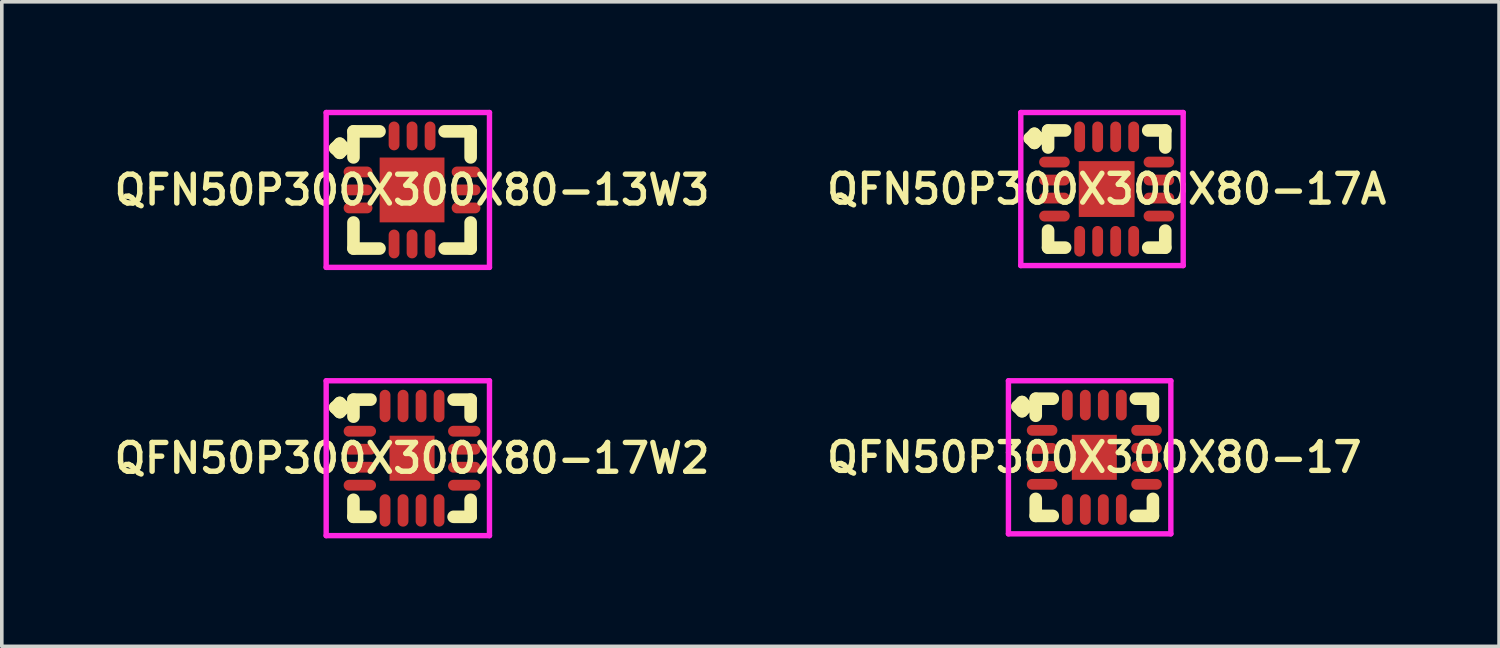
<source format=kicad_pcb>
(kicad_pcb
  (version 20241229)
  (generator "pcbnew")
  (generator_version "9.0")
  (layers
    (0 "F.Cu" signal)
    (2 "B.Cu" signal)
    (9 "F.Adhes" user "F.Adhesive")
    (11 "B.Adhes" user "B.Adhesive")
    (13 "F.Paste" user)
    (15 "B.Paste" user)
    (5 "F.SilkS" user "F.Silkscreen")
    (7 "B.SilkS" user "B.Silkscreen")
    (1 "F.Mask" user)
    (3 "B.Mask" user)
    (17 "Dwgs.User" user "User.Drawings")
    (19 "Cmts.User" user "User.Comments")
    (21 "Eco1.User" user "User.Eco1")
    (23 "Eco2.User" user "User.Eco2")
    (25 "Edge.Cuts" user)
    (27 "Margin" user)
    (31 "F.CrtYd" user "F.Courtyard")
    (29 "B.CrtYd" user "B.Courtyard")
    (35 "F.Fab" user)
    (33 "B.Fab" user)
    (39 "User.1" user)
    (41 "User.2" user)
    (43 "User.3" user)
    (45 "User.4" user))
  (footprint "QFN50P300X300X80-13W3"
    (layer "F.Cu")
    (at 8.393 2.225)
    (property "Reference" "QFN50P300X300X80-13W3" (at 0 0 0) (layer "F.SilkS") (effects (font (size 0.8 0.8) (thickness 0.15))))
    (attr smd)
    (fp_line (start -2.135 -1.158) (end -2.008 -1.285) (stroke (width 0.35) (type solid)) (layer "F.SilkS"))
    (fp_line (start -2.008 -1.285) (end -1.881 -1.158) (stroke (width 0.35) (type solid)) (layer "F.SilkS"))
    (fp_line (start -2.008 -1.031) (end -2.135 -1.158) (stroke (width 0.35) (type solid)) (layer "F.SilkS"))
    (fp_line (start -1.881 -1.158) (end -2.008 -1.031) (stroke (width 0.35) (type solid)) (layer "F.SilkS"))
    (fp_line (start -1.627 -1.627) (end -0.904 -1.627) (stroke (width 0.35) (type solid)) (layer "F.SilkS"))
    (fp_line (start -1.627 -0.904) (end -1.627 -1.627) (stroke (width 0.35) (type solid)) (layer "F.SilkS"))
    (fp_line (start -1.627 0.904) (end -1.627 1.627) (stroke (width 0.35) (type solid)) (layer "F.SilkS"))
    (fp_line (start -1.627 1.627) (end -0.904 1.627) (stroke (width 0.35) (type solid)) (layer "F.SilkS"))
    (fp_line (start 0.904 -1.627) (end 1.627 -1.627) (stroke (width 0.35) (type solid)) (layer "F.SilkS"))
    (fp_line (start 0.904 1.627) (end 1.627 1.627) (stroke (width 0.35) (type solid)) (layer "F.SilkS"))
    (fp_line (start 1.627 -1.627) (end 1.627 -0.904) (stroke (width 0.35) (type solid)) (layer "F.SilkS"))
    (fp_line (start 1.627 1.627) (end 1.627 0.904) (stroke (width 0.35) (type solid)) (layer "F.SilkS"))
    (fp_line (start -2.385 -2.15) (end 2.15 -2.15) (stroke (width 0.15) (type solid)) (layer "F.CrtYd"))
    (fp_line (start -2.385 2.15) (end -2.385 -2.15) (stroke (width 0.15) (type solid)) (layer "F.CrtYd"))
    (fp_line (start 2.15 -2.15) (end 2.15 2.15) (stroke (width 0.15) (type solid)) (layer "F.CrtYd"))
    (fp_line (start 2.15 2.15) (end -2.385 2.15) (stroke (width 0.15) (type solid)) (layer "F.CrtYd"))
    (pad "1" smd oval (at -1.5 -0.5) (size 0.8 0.3) (layers "F.Cu" "F.Mask" "F.Paste"))
    (pad "2" smd oval (at -1.5 0) (size 0.8 0.3) (layers "F.Cu" "F.Mask" "F.Paste"))
    (pad "3" smd oval (at -1.5 0.5) (size 0.8 0.3) (layers "F.Cu" "F.Mask" "F.Paste"))
    (pad "4" smd oval (at -0.5 1.5) (size 0.3 0.8) (layers "F.Cu" "F.Mask" "F.Paste"))
    (pad "5" smd oval (at 0 1.5) (size 0.3 0.8) (layers "F.Cu" "F.Mask" "F.Paste"))
    (pad "6" smd oval (at 0.5 1.5) (size 0.3 0.8) (layers "F.Cu" "F.Mask" "F.Paste"))
    (pad "7" smd oval (at 1.5 0.5) (size 0.8 0.3) (layers "F.Cu" "F.Mask" "F.Paste"))
    (pad "8" smd oval (at 1.5 0) (size 0.8 0.3) (layers "F.Cu" "F.Mask" "F.Paste"))
    (pad "9" smd oval (at 1.5 -0.5) (size 0.8 0.3) (layers "F.Cu" "F.Mask" "F.Paste"))
    (pad "10" smd oval (at 0.5 -1.5) (size 0.3 0.8) (layers "F.Cu" "F.Mask" "F.Paste"))
    (pad "11" smd oval (at 0 -1.5) (size 0.3 0.8) (layers "F.Cu" "F.Mask" "F.Paste"))
    (pad "12" smd oval (at -0.5 -1.5) (size 0.3 0.8) (layers "F.Cu" "F.Mask" "F.Paste"))
    (pad "13" smd rect (at 0 0) (size 1.8 1.8) (layers "F.Cu" "F.Mask" "F.Paste")))
  (footprint "QFN50P300X300X80-17W2"
    (layer "F.Cu")
    (at 8.393 9.675)
    (property "Reference" "QFN50P300X300X80-17W2" (at 0 0 0) (layer "F.SilkS") (effects (font (size 0.8 0.8) (thickness 0.15))))
    (attr smd)
    (fp_line (start -2.135 -1.408) (end -2.008 -1.535) (stroke (width 0.35) (type solid)) (layer "F.SilkS"))
    (fp_line (start -2.008 -1.535) (end -1.881 -1.408) (stroke (width 0.35) (type solid)) (layer "F.SilkS"))
    (fp_line (start -2.008 -1.281) (end -2.135 -1.408) (stroke (width 0.35) (type solid)) (layer "F.SilkS"))
    (fp_line (start -1.881 -1.408) (end -2.008 -1.281) (stroke (width 0.35) (type solid)) (layer "F.SilkS"))
    (fp_line (start -1.627 -1.627) (end -1.154 -1.627) (stroke (width 0.35) (type solid)) (layer "F.SilkS"))
    (fp_line (start -1.627 -1.154) (end -1.627 -1.627) (stroke (width 0.35) (type solid)) (layer "F.SilkS"))
    (fp_line (start -1.627 1.154) (end -1.627 1.627) (stroke (width 0.35) (type solid)) (layer "F.SilkS"))
    (fp_line (start -1.627 1.627) (end -1.154 1.627) (stroke (width 0.35) (type solid)) (layer "F.SilkS"))
    (fp_line (start 1.154 -1.627) (end 1.627 -1.627) (stroke (width 0.35) (type solid)) (layer "F.SilkS"))
    (fp_line (start 1.154 1.627) (end 1.627 1.627) (stroke (width 0.35) (type solid)) (layer "F.SilkS"))
    (fp_line (start 1.627 -1.627) (end 1.627 -1.154) (stroke (width 0.35) (type solid)) (layer "F.SilkS"))
    (fp_line (start 1.627 1.627) (end 1.627 1.154) (stroke (width 0.35) (type solid)) (layer "F.SilkS"))
    (fp_line (start -2.385 -2.15) (end 2.15 -2.15) (stroke (width 0.15) (type solid)) (layer "F.CrtYd"))
    (fp_line (start -2.385 2.15) (end -2.385 -2.15) (stroke (width 0.15) (type solid)) (layer "F.CrtYd"))
    (fp_line (start 2.15 -2.15) (end 2.15 2.15) (stroke (width 0.15) (type solid)) (layer "F.CrtYd"))
    (fp_line (start 2.15 2.15) (end -2.385 2.15) (stroke (width 0.15) (type solid)) (layer "F.CrtYd"))
    (pad "1" smd oval (at -1.45 -0.75) (size 0.9 0.3) (layers "F.Cu" "F.Mask" "F.Paste"))
    (pad "2" smd oval (at -1.45 -0.25) (size 0.9 0.3) (layers "F.Cu" "F.Mask" "F.Paste"))
    (pad "3" smd oval (at -1.45 0.25) (size 0.9 0.3) (layers "F.Cu" "F.Mask" "F.Paste"))
    (pad "4" smd oval (at -1.45 0.75) (size 0.9 0.3) (layers "F.Cu" "F.Mask" "F.Paste"))
    (pad "5" smd oval (at -0.75 1.45) (size 0.3 0.9) (layers "F.Cu" "F.Mask" "F.Paste"))
    (pad "6" smd oval (at -0.25 1.45) (size 0.3 0.9) (layers "F.Cu" "F.Mask" "F.Paste"))
    (pad "7" smd oval (at 0.25 1.45) (size 0.3 0.9) (layers "F.Cu" "F.Mask" "F.Paste"))
    (pad "8" smd oval (at 0.75 1.45) (size 0.3 0.9) (layers "F.Cu" "F.Mask" "F.Paste"))
    (pad "9" smd oval (at 1.45 0.75) (size 0.9 0.3) (layers "F.Cu" "F.Mask" "F.Paste"))
    (pad "10" smd oval (at 1.45 0.25) (size 0.9 0.3) (layers "F.Cu" "F.Mask" "F.Paste"))
    (pad "11" smd oval (at 1.45 -0.25) (size 0.9 0.3) (layers "F.Cu" "F.Mask" "F.Paste"))
    (pad "12" smd oval (at 1.45 -0.75) (size 0.9 0.3) (layers "F.Cu" "F.Mask" "F.Paste"))
    (pad "13" smd oval (at 0.75 -1.45) (size 0.3 0.9) (layers "F.Cu" "F.Mask" "F.Paste"))
    (pad "14" smd oval (at 0.25 -1.45) (size 0.3 0.9) (layers "F.Cu" "F.Mask" "F.Paste"))
    (pad "15" smd oval (at -0.25 -1.45) (size 0.3 0.9) (layers "F.Cu" "F.Mask" "F.Paste"))
    (pad "16" smd oval (at -0.75 -1.45) (size 0.3 0.9) (layers "F.Cu" "F.Mask" "F.Paste"))
    (pad "17" smd rect (at 0 0) (size 1.25 1.25) (layers "F.Cu" "F.Mask" "F.Paste")))
  (footprint "QFN50P300X300X80-17"
    (layer "F.Cu")
    (at 27.34 9.65)
    (property "Reference" "QFN50P300X300X80-17" (at 0 0 0) (layer "F.SilkS") (effects (font (size 0.8 0.8) (thickness 0.15))))
    (attr smd)
    (fp_line (start -2.135 -1.408) (end -2.008 -1.535) (stroke (width 0.35) (type solid)) (layer "F.SilkS"))
    (fp_line (start -2.008 -1.535) (end -1.881 -1.408) (stroke (width 0.35) (type solid)) (layer "F.SilkS"))
    (fp_line (start -2.008 -1.281) (end -2.135 -1.408) (stroke (width 0.35) (type solid)) (layer "F.SilkS"))
    (fp_line (start -1.881 -1.408) (end -2.008 -1.281) (stroke (width 0.35) (type solid)) (layer "F.SilkS"))
    (fp_line (start -1.627 -1.627) (end -1.154 -1.627) (stroke (width 0.35) (type solid)) (layer "F.SilkS"))
    (fp_line (start -1.627 -1.154) (end -1.627 -1.627) (stroke (width 0.35) (type solid)) (layer "F.SilkS"))
    (fp_line (start -1.627 1.154) (end -1.627 1.627) (stroke (width 0.35) (type solid)) (layer "F.SilkS"))
    (fp_line (start -1.627 1.627) (end -1.154 1.627) (stroke (width 0.35) (type solid)) (layer "F.SilkS"))
    (fp_line (start 1.154 -1.627) (end 1.627 -1.627) (stroke (width 0.35) (type solid)) (layer "F.SilkS"))
    (fp_line (start 1.154 1.627) (end 1.627 1.627) (stroke (width 0.35) (type solid)) (layer "F.SilkS"))
    (fp_line (start 1.627 -1.627) (end 1.627 -1.154) (stroke (width 0.35) (type solid)) (layer "F.SilkS"))
    (fp_line (start 1.627 1.627) (end 1.627 1.154) (stroke (width 0.35) (type solid)) (layer "F.SilkS"))
    (fp_line (start -2.385 -2.125) (end 2.125 -2.125) (stroke (width 0.15) (type solid)) (layer "F.CrtYd"))
    (fp_line (start -2.385 2.125) (end -2.385 -2.125) (stroke (width 0.15) (type solid)) (layer "F.CrtYd"))
    (fp_line (start 2.125 -2.125) (end 2.125 2.125) (stroke (width 0.15) (type solid)) (layer "F.CrtYd"))
    (fp_line (start 2.125 2.125) (end -2.385 2.125) (stroke (width 0.15) (type solid)) (layer "F.CrtYd"))
    (pad "1" smd oval (at -1.45 -0.75) (size 0.85 0.3) (layers "F.Cu" "F.Mask" "F.Paste"))
    (pad "2" smd oval (at -1.45 -0.25) (size 0.85 0.3) (layers "F.Cu" "F.Mask" "F.Paste"))
    (pad "3" smd oval (at -1.45 0.25) (size 0.85 0.3) (layers "F.Cu" "F.Mask" "F.Paste"))
    (pad "4" smd oval (at -1.45 0.75) (size 0.85 0.3) (layers "F.Cu" "F.Mask" "F.Paste"))
    (pad "5" smd oval (at -0.75 1.45) (size 0.3 0.85) (layers "F.Cu" "F.Mask" "F.Paste"))
    (pad "6" smd oval (at -0.25 1.45) (size 0.3 0.85) (layers "F.Cu" "F.Mask" "F.Paste"))
    (pad "7" smd oval (at 0.25 1.45) (size 0.3 0.85) (layers "F.Cu" "F.Mask" "F.Paste"))
    (pad "8" smd oval (at 0.75 1.45) (size 0.3 0.85) (layers "F.Cu" "F.Mask" "F.Paste"))
    (pad "9" smd oval (at 1.45 0.75) (size 0.85 0.3) (layers "F.Cu" "F.Mask" "F.Paste"))
    (pad "10" smd oval (at 1.45 0.25) (size 0.85 0.3) (layers "F.Cu" "F.Mask" "F.Paste"))
    (pad "11" smd oval (at 1.45 -0.25) (size 0.85 0.3) (layers "F.Cu" "F.Mask" "F.Paste"))
    (pad "12" smd oval (at 1.45 -0.75) (size 0.85 0.3) (layers "F.Cu" "F.Mask" "F.Paste"))
    (pad "13" smd oval (at 0.75 -1.45) (size 0.3 0.85) (layers "F.Cu" "F.Mask" "F.Paste"))
    (pad "14" smd oval (at 0.25 -1.45) (size 0.3 0.85) (layers "F.Cu" "F.Mask" "F.Paste"))
    (pad "15" smd oval (at -0.25 -1.45) (size 0.3 0.85) (layers "F.Cu" "F.Mask" "F.Paste"))
    (pad "16" smd oval (at -0.75 -1.45) (size 0.3 0.85) (layers "F.Cu" "F.Mask" "F.Paste"))
    (pad "17" smd rect (at 0 0) (size 1.25 1.25) (layers "F.Cu" "F.Mask" "F.Paste")))
  (footprint "QFN50P300X300X80-17A"
    (layer "F.Cu")
    (at 27.683 2.2)
    (property "Reference" "QFN50P300X300X80-17A" (at 0 0 0) (layer "F.SilkS") (effects (font (size 0.8 0.8) (thickness 0.15))))
    (attr smd)
    (fp_line (start -2.135 -1.408) (end -2.008 -1.535) (stroke (width 0.35) (type solid)) (layer "F.SilkS"))
    (fp_line (start -2.008 -1.535) (end -1.881 -1.408) (stroke (width 0.35) (type solid)) (layer "F.SilkS"))
    (fp_line (start -2.008 -1.281) (end -2.135 -1.408) (stroke (width 0.35) (type solid)) (layer "F.SilkS"))
    (fp_line (start -1.881 -1.408) (end -2.008 -1.281) (stroke (width 0.35) (type solid)) (layer "F.SilkS"))
    (fp_line (start -1.627 -1.627) (end -1.154 -1.627) (stroke (width 0.35) (type solid)) (layer "F.SilkS"))
    (fp_line (start -1.627 -1.154) (end -1.627 -1.627) (stroke (width 0.35) (type solid)) (layer "F.SilkS"))
    (fp_line (start -1.627 1.154) (end -1.627 1.627) (stroke (width 0.35) (type solid)) (layer "F.SilkS"))
    (fp_line (start -1.627 1.627) (end -1.154 1.627) (stroke (width 0.35) (type solid)) (layer "F.SilkS"))
    (fp_line (start 1.154 -1.627) (end 1.627 -1.627) (stroke (width 0.35) (type solid)) (layer "F.SilkS"))
    (fp_line (start 1.154 1.627) (end 1.627 1.627) (stroke (width 0.35) (type solid)) (layer "F.SilkS"))
    (fp_line (start 1.627 -1.627) (end 1.627 -1.154) (stroke (width 0.35) (type solid)) (layer "F.SilkS"))
    (fp_line (start 1.627 1.627) (end 1.627 1.154) (stroke (width 0.35) (type solid)) (layer "F.SilkS"))
    (fp_line (start -2.385 -2.125) (end 2.125 -2.125) (stroke (width 0.15) (type solid)) (layer "F.CrtYd"))
    (fp_line (start -2.385 2.125) (end -2.385 -2.125) (stroke (width 0.15) (type solid)) (layer "F.CrtYd"))
    (fp_line (start 2.125 -2.125) (end 2.125 2.125) (stroke (width 0.15) (type solid)) (layer "F.CrtYd"))
    (fp_line (start 2.125 2.125) (end -2.385 2.125) (stroke (width 0.15) (type solid)) (layer "F.CrtYd"))
    (pad "1" smd oval (at -1.45 -0.75) (size 0.85 0.3) (layers "F.Cu" "F.Mask" "F.Paste"))
    (pad "2" smd oval (at -1.45 -0.25) (size 0.85 0.3) (layers "F.Cu" "F.Mask" "F.Paste"))
    (pad "3" smd oval (at -1.45 0.25) (size 0.85 0.3) (layers "F.Cu" "F.Mask" "F.Paste"))
    (pad "4" smd oval (at -1.45 0.75) (size 0.85 0.3) (layers "F.Cu" "F.Mask" "F.Paste"))
    (pad "5" smd oval (at -0.75 1.45) (size 0.3 0.85) (layers "F.Cu" "F.Mask" "F.Paste"))
    (pad "6" smd oval (at -0.25 1.45) (size 0.3 0.85) (layers "F.Cu" "F.Mask" "F.Paste"))
    (pad "7" smd oval (at 0.25 1.45) (size 0.3 0.85) (layers "F.Cu" "F.Mask" "F.Paste"))
    (pad "8" smd oval (at 0.75 1.45) (size 0.3 0.85) (layers "F.Cu" "F.Mask" "F.Paste"))
    (pad "9" smd oval (at 1.45 0.75) (size 0.85 0.3) (layers "F.Cu" "F.Mask" "F.Paste"))
    (pad "10" smd oval (at 1.45 0.25) (size 0.85 0.3) (layers "F.Cu" "F.Mask" "F.Paste"))
    (pad "11" smd oval (at 1.45 -0.25) (size 0.85 0.3) (layers "F.Cu" "F.Mask" "F.Paste"))
    (pad "12" smd oval (at 1.45 -0.75) (size 0.85 0.3) (layers "F.Cu" "F.Mask" "F.Paste"))
    (pad "13" smd oval (at 0.75 -1.45) (size 0.3 0.85) (layers "F.Cu" "F.Mask" "F.Paste"))
    (pad "14" smd oval (at 0.25 -1.45) (size 0.3 0.85) (layers "F.Cu" "F.Mask" "F.Paste"))
    (pad "15" smd oval (at -0.25 -1.45) (size 0.3 0.85) (layers "F.Cu" "F.Mask" "F.Paste"))
    (pad "16" smd oval (at -0.75 -1.45) (size 0.3 0.85) (layers "F.Cu" "F.Mask" "F.Paste"))
    (pad "17" smd rect (at 0 0) (size 1.55 1.55) (layers "F.Cu" "F.Mask" "F.Paste")))
  (gr_rect
    (start -3 -3)
    (end 38.58 14.9)
    (stroke (width 0.1) (type default))
    (fill no)
    (layer "Edge.Cuts")))
</source>
